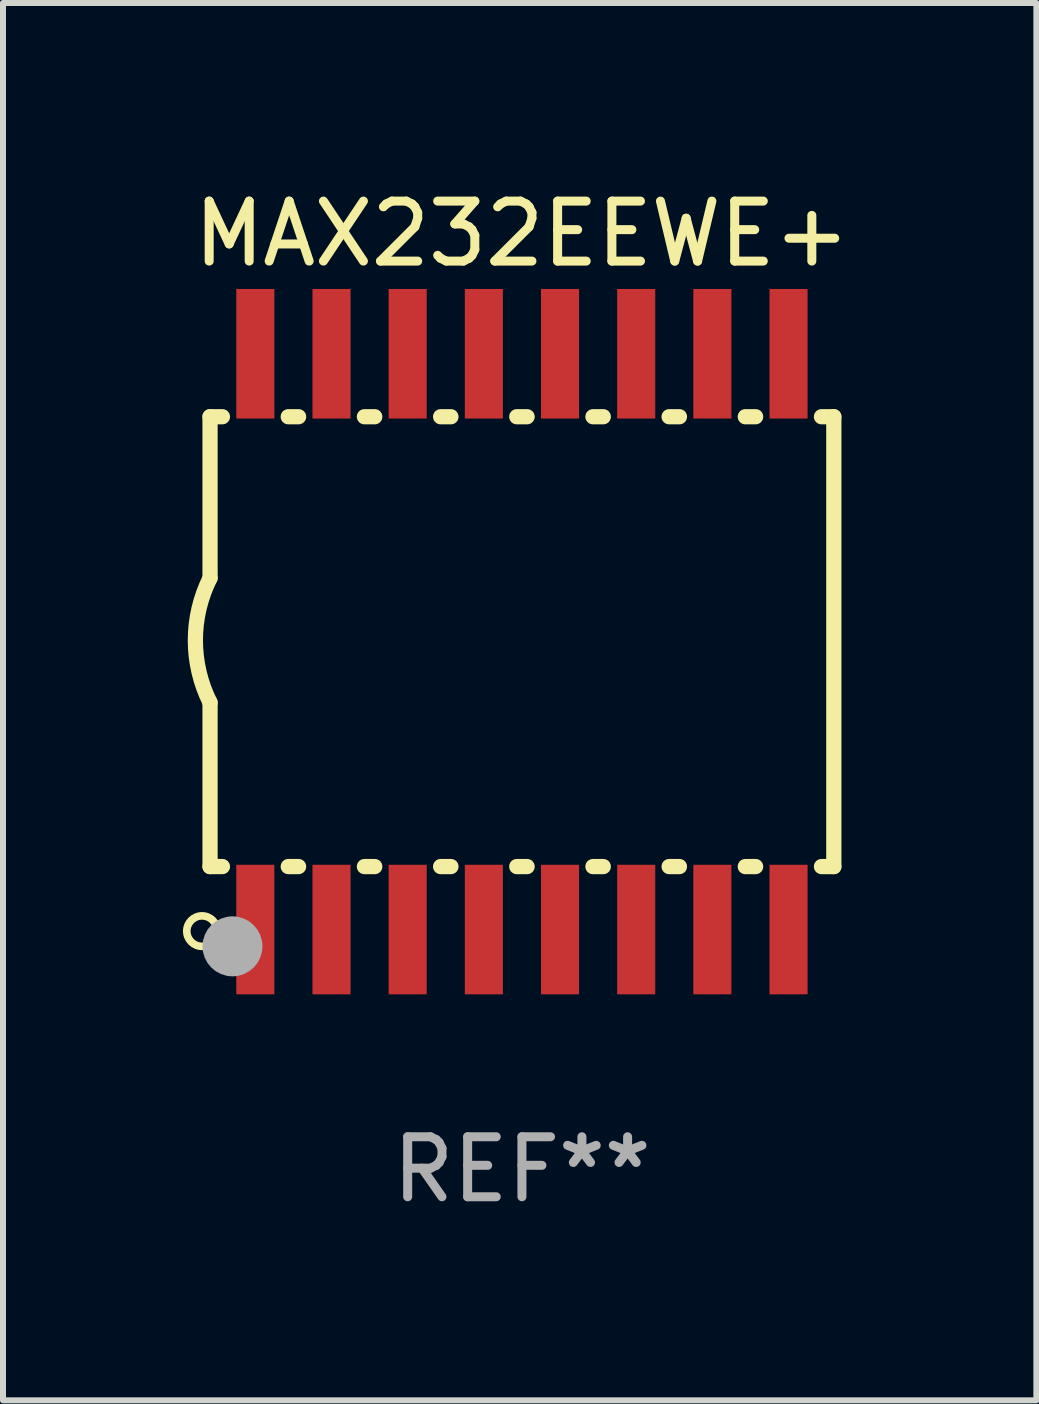
<source format=kicad_pcb>
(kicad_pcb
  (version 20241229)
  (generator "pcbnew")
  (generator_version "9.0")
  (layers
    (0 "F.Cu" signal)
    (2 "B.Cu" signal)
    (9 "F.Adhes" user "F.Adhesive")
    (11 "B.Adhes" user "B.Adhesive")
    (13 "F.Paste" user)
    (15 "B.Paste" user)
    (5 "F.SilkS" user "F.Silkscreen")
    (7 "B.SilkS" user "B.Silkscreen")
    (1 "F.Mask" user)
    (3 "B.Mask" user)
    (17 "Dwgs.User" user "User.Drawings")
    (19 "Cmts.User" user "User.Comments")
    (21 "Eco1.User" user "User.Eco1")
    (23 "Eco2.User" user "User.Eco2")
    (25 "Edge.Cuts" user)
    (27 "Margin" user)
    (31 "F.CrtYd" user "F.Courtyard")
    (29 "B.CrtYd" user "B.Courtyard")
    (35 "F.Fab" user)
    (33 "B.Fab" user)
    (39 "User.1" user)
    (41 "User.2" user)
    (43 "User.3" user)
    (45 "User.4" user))
  (footprint "MAX232EEWE+"
    (layer "F.Cu")
    (at 5.652 7.648)
    (property "Reference" "MAX232EEWE+" (at 0 -6.8 0) (layer "F.SilkS") (effects (font (size 1 1) (thickness 0.15))))
    (attr through_hole)
    (fp_line (start -5.2 -3.75) (end -5.2 -1.06) (stroke (width 0.254) (type solid)) (layer "F.SilkS"))
    (fp_line (start -5.2 -3.75) (end -4.994 -3.75) (stroke (width 0.254) (type solid)) (layer "F.SilkS"))
    (fp_line (start -5.2 3.75) (end -5.2 1.016) (stroke (width 0.254) (type solid)) (layer "F.SilkS"))
    (fp_line (start -5.2 3.75) (end -4.994 3.75) (stroke (width 0.254) (type solid)) (layer "F.SilkS"))
    (fp_line (start -3.896 -3.75) (end -3.724 -3.75) (stroke (width 0.254) (type solid)) (layer "F.SilkS"))
    (fp_line (start -3.896 3.75) (end -3.724 3.75) (stroke (width 0.254) (type solid)) (layer "F.SilkS"))
    (fp_line (start -2.626 -3.75) (end -2.454 -3.75) (stroke (width 0.254) (type solid)) (layer "F.SilkS"))
    (fp_line (start -2.626 3.75) (end -2.454 3.75) (stroke (width 0.254) (type solid)) (layer "F.SilkS"))
    (fp_line (start -1.356 -3.75) (end -1.184 -3.75) (stroke (width 0.254) (type solid)) (layer "F.SilkS"))
    (fp_line (start -1.356 3.75) (end -1.184 3.75) (stroke (width 0.254) (type solid)) (layer "F.SilkS"))
    (fp_line (start -0.086 -3.75) (end 0.086 -3.75) (stroke (width 0.254) (type solid)) (layer "F.SilkS"))
    (fp_line (start -0.086 3.75) (end 0.086 3.75) (stroke (width 0.254) (type solid)) (layer "F.SilkS"))
    (fp_line (start 1.184 -3.75) (end 1.356 -3.75) (stroke (width 0.254) (type solid)) (layer "F.SilkS"))
    (fp_line (start 1.184 3.75) (end 1.356 3.75) (stroke (width 0.254) (type solid)) (layer "F.SilkS"))
    (fp_line (start 2.454 -3.75) (end 2.626 -3.75) (stroke (width 0.254) (type solid)) (layer "F.SilkS"))
    (fp_line (start 2.454 3.75) (end 2.626 3.75) (stroke (width 0.254) (type solid)) (layer "F.SilkS"))
    (fp_line (start 3.724 -3.75) (end 3.896 -3.75) (stroke (width 0.254) (type solid)) (layer "F.SilkS"))
    (fp_line (start 3.724 3.75) (end 3.896 3.75) (stroke (width 0.254) (type solid)) (layer "F.SilkS"))
    (fp_line (start 4.994 -3.75) (end 5.2 -3.75) (stroke (width 0.254) (type solid)) (layer "F.SilkS"))
    (fp_line (start 4.994 3.75) (end 5.2 3.75) (stroke (width 0.254) (type solid)) (layer "F.SilkS"))
    (fp_line (start 5.2 3.75) (end 5.2 -3.75) (stroke (width 0.254) (type solid)) (layer "F.SilkS"))
    (fp_arc (start -5.199391 1.016002) (mid -5.444637 -0.021925) (end -5.2 -1.059995) (stroke (width 0.254001) (type solid)) (layer "F.SilkS"))
    (fp_circle (center -5.334 4.826) (end -5.08 4.826) (stroke (width 0.127) (type solid)) (fill no) (layer "F.SilkS"))
    (fp_circle (center -5.15 5.15) (end -5.12 5.15) (stroke (width 0.06) (type solid)) (fill no) (layer "F.SilkS"))
    (fp_circle (center -4.826 5.08) (end -4.576 5.08) (stroke (width 0.5) (type solid)) (fill no) (layer "F.Fab"))
    (fp_text user "REF**" (at 0 8.8 0) (layer "F.Fab") (effects (font (size 1 1) (thickness 0.15))))
    (pad "1" smd rect (at -4.445 4.8) (size 0.635 2.16) (layers "F.Cu" "F.Mask" "F.Paste"))
    (pad "2" smd rect (at -3.175 4.8) (size 0.635 2.16) (layers "F.Cu" "F.Mask" "F.Paste"))
    (pad "3" smd rect (at -1.905 4.8) (size 0.635 2.16) (layers "F.Cu" "F.Mask" "F.Paste"))
    (pad "4" smd rect (at -0.635 4.8) (size 0.635 2.16) (layers "F.Cu" "F.Mask" "F.Paste"))
    (pad "5" smd rect (at 0.635 4.8) (size 0.635 2.16) (layers "F.Cu" "F.Mask" "F.Paste"))
    (pad "6" smd rect (at 1.905 4.8) (size 0.635 2.16) (layers "F.Cu" "F.Mask" "F.Paste"))
    (pad "7" smd rect (at 3.175 4.8) (size 0.635 2.16) (layers "F.Cu" "F.Mask" "F.Paste"))
    (pad "8" smd rect (at 4.445 4.8) (size 0.635 2.16) (layers "F.Cu" "F.Mask" "F.Paste"))
    (pad "9" smd rect (at 4.445 -4.8) (size 0.635 2.16) (layers "F.Cu" "F.Mask" "F.Paste"))
    (pad "10" smd rect (at 3.175 -4.8) (size 0.635 2.16) (layers "F.Cu" "F.Mask" "F.Paste"))
    (pad "11" smd rect (at 1.905 -4.8) (size 0.635 2.16) (layers "F.Cu" "F.Mask" "F.Paste"))
    (pad "12" smd rect (at 0.635 -4.8) (size 0.635 2.16) (layers "F.Cu" "F.Mask" "F.Paste"))
    (pad "13" smd rect (at -0.635 -4.8) (size 0.635 2.16) (layers "F.Cu" "F.Mask" "F.Paste"))
    (pad "14" smd rect (at -1.905 -4.8) (size 0.635 2.16) (layers "F.Cu" "F.Mask" "F.Paste"))
    (pad "15" smd rect (at -3.175 -4.8) (size 0.635 2.16) (layers "F.Cu" "F.Mask" "F.Paste"))
    (pad "16" smd rect (at -4.445 -4.8) (size 0.635 2.16) (layers "F.Cu" "F.Mask" "F.Paste")))
  (gr_rect
    (start -3 -3)
    (end 14.229 20.297)
    (stroke (width 0.1) (type default))
    (fill no)
    (layer "Edge.Cuts")))
</source>
